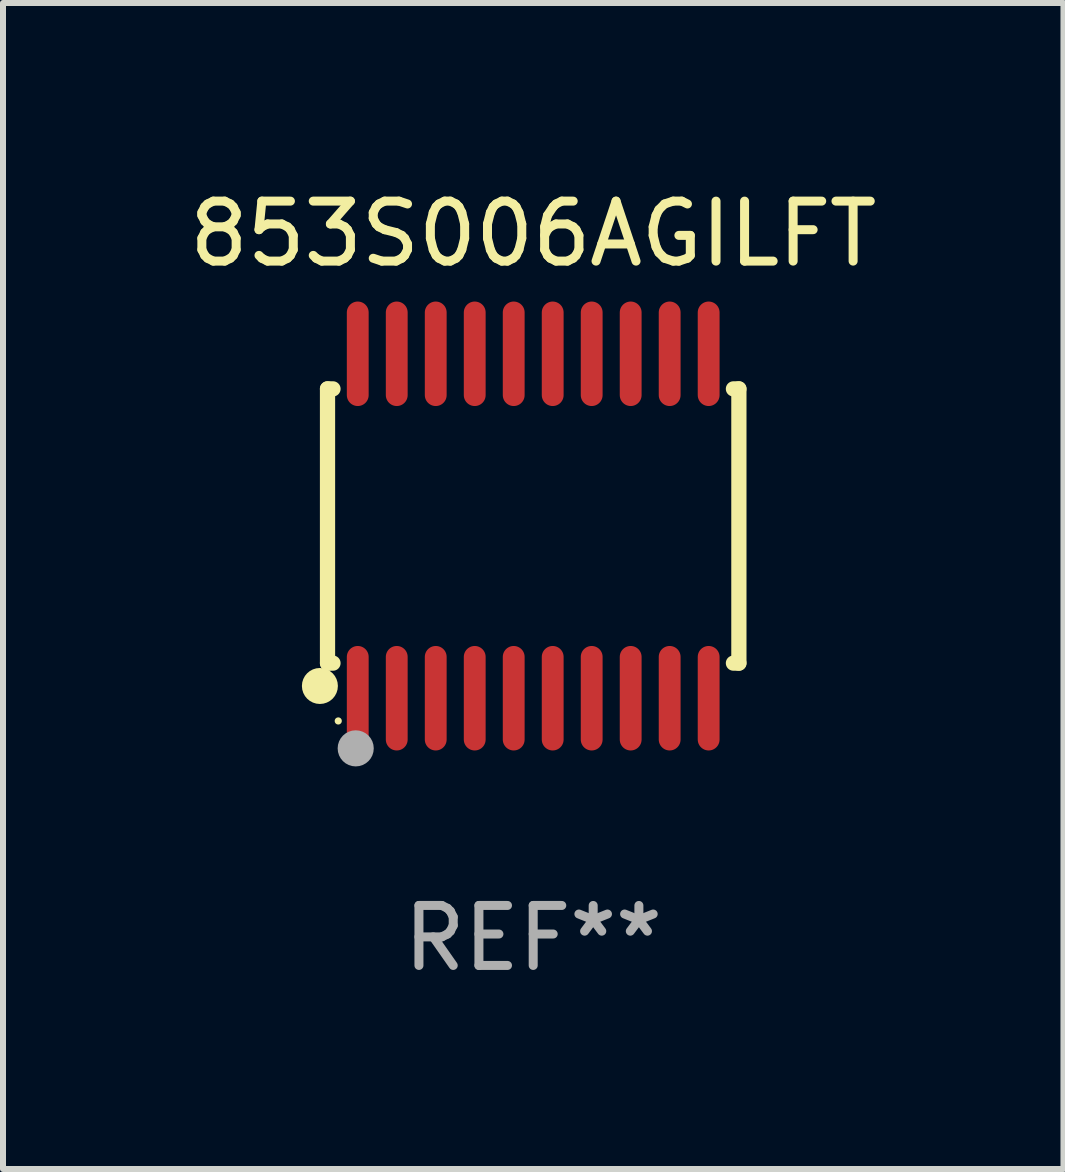
<source format=kicad_pcb>
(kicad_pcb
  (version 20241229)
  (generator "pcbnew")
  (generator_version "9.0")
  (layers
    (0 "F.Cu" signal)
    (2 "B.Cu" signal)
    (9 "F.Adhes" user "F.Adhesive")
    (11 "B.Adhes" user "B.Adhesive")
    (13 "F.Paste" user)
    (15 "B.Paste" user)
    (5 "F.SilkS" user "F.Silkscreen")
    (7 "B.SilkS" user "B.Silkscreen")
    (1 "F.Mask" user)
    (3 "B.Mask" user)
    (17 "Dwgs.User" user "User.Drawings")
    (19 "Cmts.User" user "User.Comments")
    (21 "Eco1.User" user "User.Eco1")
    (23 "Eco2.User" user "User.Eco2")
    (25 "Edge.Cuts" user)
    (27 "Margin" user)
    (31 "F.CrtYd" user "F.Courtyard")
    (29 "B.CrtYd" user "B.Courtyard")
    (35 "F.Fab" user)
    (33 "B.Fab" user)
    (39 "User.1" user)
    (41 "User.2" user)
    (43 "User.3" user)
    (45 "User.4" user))
  (footprint "853S006AGILFT"
    (layer "F.Cu")
    (at 5.839 5.719)
    (property "Reference" "853S006AGILFT" (at 0 -4.871 0) (layer "F.SilkS") (effects (font (size 1 1) (thickness 0.15))))
    (attr through_hole)
    (fp_line (start -3.429 -2.286) (end -3.429 2.286) (stroke (width 0.254) (type solid)) (layer "F.SilkS"))
    (fp_line (start -3.429 2.286) (end -3.338 2.286) (stroke (width 0.254) (type solid)) (layer "F.SilkS"))
    (fp_line (start -3.338 -2.286) (end -3.429 -2.286) (stroke (width 0.254) (type solid)) (layer "F.SilkS"))
    (fp_line (start 3.338 -2.286) (end 3.429 -2.286) (stroke (width 0.254) (type solid)) (layer "F.SilkS"))
    (fp_line (start 3.429 -2.286) (end 3.429 2.286) (stroke (width 0.254) (type solid)) (layer "F.SilkS"))
    (fp_line (start 3.429 2.286) (end 3.338 2.286) (stroke (width 0.254) (type solid)) (layer "F.SilkS"))
    (fp_circle (center -3.556 2.667) (end -3.406 2.667) (stroke (width 0.3) (type solid)) (fill no) (layer "F.SilkS"))
    (fp_circle (center -3.25 3.25) (end -3.22 3.25) (stroke (width 0.06) (type solid)) (fill no) (layer "F.SilkS"))
    (fp_circle (center -2.959 3.707) (end -2.808 3.707) (stroke (width 0.3) (type solid)) (fill no) (layer "F.Fab"))
    (fp_text user "REF**" (at 0 6.871 0) (layer "F.Fab") (effects (font (size 1 1) (thickness 0.15))))
    (pad "1" smd oval (at -2.925 2.871) (size 0.364 1.742) (layers "F.Cu" "F.Mask" "F.Paste"))
    (pad "2" smd oval (at -2.275 2.871) (size 0.364 1.742) (layers "F.Cu" "F.Mask" "F.Paste"))
    (pad "3" smd oval (at -1.625 2.871) (size 0.364 1.742) (layers "F.Cu" "F.Mask" "F.Paste"))
    (pad "4" smd oval (at -0.975 2.871) (size 0.364 1.742) (layers "F.Cu" "F.Mask" "F.Paste"))
    (pad "5" smd oval (at -0.325 2.871) (size 0.364 1.742) (layers "F.Cu" "F.Mask" "F.Paste"))
    (pad "6" smd oval (at 0.325 2.871) (size 0.364 1.742) (layers "F.Cu" "F.Mask" "F.Paste"))
    (pad "7" smd oval (at 0.975 2.871) (size 0.364 1.742) (layers "F.Cu" "F.Mask" "F.Paste"))
    (pad "8" smd oval (at 1.625 2.871) (size 0.364 1.742) (layers "F.Cu" "F.Mask" "F.Paste"))
    (pad "9" smd oval (at 2.275 2.871) (size 0.364 1.742) (layers "F.Cu" "F.Mask" "F.Paste"))
    (pad "10" smd oval (at 2.925 2.871) (size 0.364 1.742) (layers "F.Cu" "F.Mask" "F.Paste"))
    (pad "11" smd oval (at 2.925 -2.871) (size 0.364 1.742) (layers "F.Cu" "F.Mask" "F.Paste"))
    (pad "12" smd oval (at 2.275 -2.871) (size 0.364 1.742) (layers "F.Cu" "F.Mask" "F.Paste"))
    (pad "13" smd oval (at 1.625 -2.871) (size 0.364 1.742) (layers "F.Cu" "F.Mask" "F.Paste"))
    (pad "14" smd oval (at 0.975 -2.871) (size 0.364 1.742) (layers "F.Cu" "F.Mask" "F.Paste"))
    (pad "15" smd oval (at 0.325 -2.871) (size 0.364 1.742) (layers "F.Cu" "F.Mask" "F.Paste"))
    (pad "16" smd oval (at -0.325 -2.871) (size 0.364 1.742) (layers "F.Cu" "F.Mask" "F.Paste"))
    (pad "17" smd oval (at -0.975 -2.871) (size 0.364 1.742) (layers "F.Cu" "F.Mask" "F.Paste"))
    (pad "18" smd oval (at -1.625 -2.871) (size 0.364 1.742) (layers "F.Cu" "F.Mask" "F.Paste"))
    (pad "19" smd oval (at -2.275 -2.871) (size 0.364 1.742) (layers "F.Cu" "F.Mask" "F.Paste"))
    (pad "20" smd oval (at -2.925 -2.871) (size 0.364 1.742) (layers "F.Cu" "F.Mask" "F.Paste")))
  (gr_rect
    (start -3 -3)
    (end 14.679 16.438)
    (stroke (width 0.1) (type default))
    (fill no)
    (layer "Edge.Cuts")))
</source>
